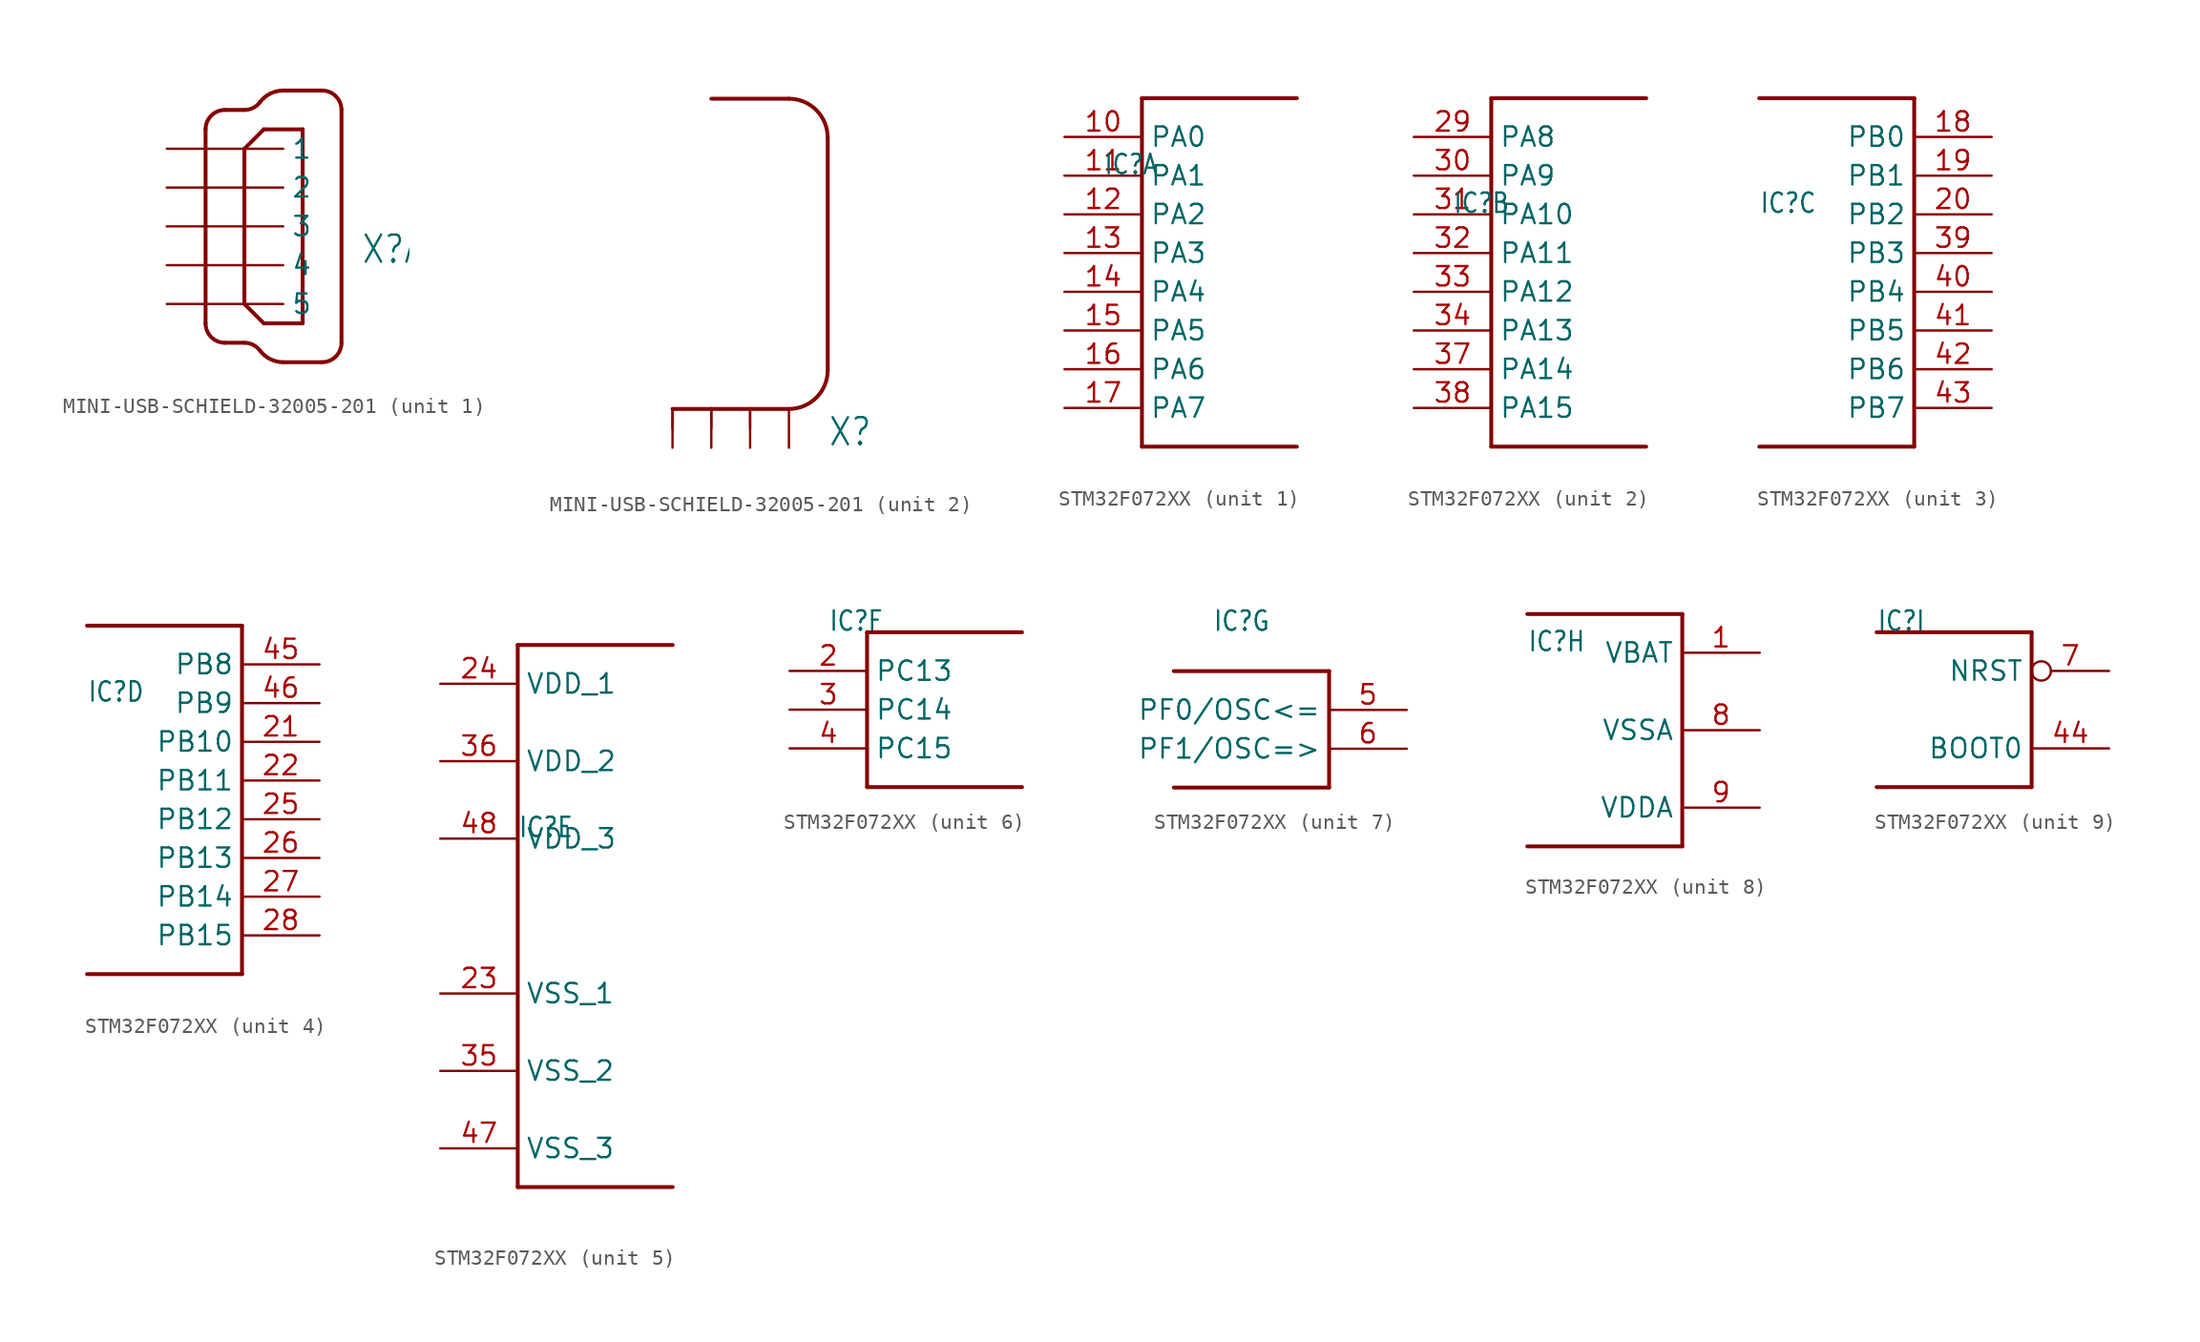
<source format=kicad_sym>
(kicad_symbol_lib
  (version 20231120)
  (generator "kicad_symbol_editor")
  (generator_version "8.0")
  (symbol "MINI-USB-SCHIELD-32005-201"
    (property "Reference" "X"
      (at 7.62 -2.54 0)
      (effects (font (size 1.778 1.511)) (justify left bottom)))
    (property "ki_locked" ""
      (at 0 0 0)
      (effects (font (size 1.27 1.27))))
    (symbol "MINI-USB-SCHIELD-32005-201_1_0"
      (arc (start -2.54 -6.35) (mid -2.168 -7.248) (end -1.27 -7.62) (stroke (width 0.254) (type solid)) (fill (type none)))
      (arc (start -1.27 7.62) (mid -2.168 7.248) (end -2.54 6.35) (stroke (width 0.254) (type solid)) (fill (type none)))
      (polyline (pts (xy -2.54 6.35) (xy -2.54 -6.35)) (stroke (width 0.254) (type solid)) (fill (type none)))
      (polyline (pts (xy -1.27 -7.62) (xy 0 -7.62)) (stroke (width 0.254) (type solid)) (fill (type none)))
      (polyline (pts (xy -1.27 7.62) (xy 0 7.62)) (stroke (width 0.254) (type solid)) (fill (type none)))
      (polyline (pts (xy 0 -5.08) (xy 1.27 -6.35)) (stroke (width 0.254) (type solid)) (fill (type none)))
      (polyline (pts (xy 0 5.08) (xy 0 -5.08)) (stroke (width 0.254) (type solid)) (fill (type none)))
      (polyline (pts (xy 1.27 -6.35) (xy 3.81 -6.35)) (stroke (width 0.254) (type solid)) (fill (type none)))
      (polyline (pts (xy 1.27 6.35) (xy 0 5.08)) (stroke (width 0.254) (type solid)) (fill (type none)))
      (polyline (pts (xy 2.54 -8.89) (xy 5.08 -8.89)) (stroke (width 0.254) (type solid)) (fill (type none)))
      (polyline (pts (xy 2.54 8.89) (xy 5.08 8.89)) (stroke (width 0.254) (type solid)) (fill (type none)))
      (polyline (pts (xy 3.81 -6.35) (xy 3.81 6.35)) (stroke (width 0.254) (type solid)) (fill (type none)))
      (polyline (pts (xy 3.81 6.35) (xy 1.27 6.35)) (stroke (width 0.254) (type solid)) (fill (type none)))
      (polyline (pts (xy 6.35 -7.62) (xy 6.35 7.62)) (stroke (width 0.254) (type solid)) (fill (type none)))
      (arc (start 0 7.62) (mid 0.568 7.7541) (end 1.016 8.128) (stroke (width 0.254) (type solid)) (fill (type none)))
      (arc (start 1.016 -8.128) (mid 0.568 -7.7541) (end 0 -7.62) (stroke (width 0.254) (type solid)) (fill (type none)))
      (arc (start 1.016 -8.128) (mid 1.6881 -8.6889) (end 2.5401 -8.89) (stroke (width 0.254) (type solid)) (fill (type none)))
      (arc (start 2.5401 8.89) (mid 1.6881 8.6889) (end 1.016 8.128) (stroke (width 0.254) (type solid)) (fill (type none)))
      (arc (start 5.08 -8.89) (mid 5.978 -8.518) (end 6.35 -7.62) (stroke (width 0.254) (type solid)) (fill (type none)))
      (arc (start 6.35 7.62) (mid 5.978 8.518) (end 5.08 8.89) (stroke (width 0.254) (type solid)) (fill (type none)))
      (pin passive line (at -5.08 5.08 0) (length 7.62) (name "1" (effects (font (size 1.27 1.27)))) (number "1" (effects (font (size 0 0)))))
      (pin passive line (at -5.08 2.54 0) (length 7.62) (name "2" (effects (font (size 1.27 1.27)))) (number "2" (effects (font (size 0 0)))))
      (pin passive line (at -5.08 0 0) (length 7.62) (name "3" (effects (font (size 1.27 1.27)))) (number "3" (effects (font (size 0 0)))))
      (pin passive line (at -5.08 -2.54 0) (length 7.62) (name "4" (effects (font (size 1.27 1.27)))) (number "4" (effects (font (size 0 0)))))
      (pin passive line (at -5.08 -5.08 0) (length 7.62) (name "5" (effects (font (size 1.27 1.27)))) (number "5" (effects (font (size 0 0))))))
    (symbol "MINI-USB-SCHIELD-32005-201_2_0"
      (polyline (pts (xy -2.54 -1.27) (xy -2.54 0)) (stroke (width 0.152) (type solid)) (fill (type none)))
      (polyline (pts (xy -2.54 0) (xy 0 0)) (stroke (width 0.254) (type solid)) (fill (type none)))
      (polyline (pts (xy 0 -1.27) (xy 0 0)) (stroke (width 0.152) (type solid)) (fill (type none)))
      (polyline (pts (xy 0 0) (xy 2.54 0)) (stroke (width 0.254) (type solid)) (fill (type none)))
      (polyline (pts (xy 2.54 -1.27) (xy 2.54 0)) (stroke (width 0.152) (type solid)) (fill (type none)))
      (polyline (pts (xy 2.54 0) (xy 5.08 0)) (stroke (width 0.254) (type solid)) (fill (type none)))
      (polyline (pts (xy 5.08 20.32) (xy 0 20.32)) (stroke (width 0.254) (type solid)) (fill (type none)))
      (polyline (pts (xy 7.62 2.54) (xy 7.62 17.78)) (stroke (width 0.254) (type solid)) (fill (type none)))
      (arc (start 5.08 0) (mid 6.8761 0.7439) (end 7.62 2.54) (stroke (width 0.254) (type solid)) (fill (type none)))
      (arc (start 7.62 17.78) (mid 6.8761 19.5761) (end 5.08 20.32) (stroke (width 0.254) (type solid)) (fill (type none)))
      (pin passive line (at -2.54 -2.54 90) (length 2.54) (name "S1" (effects (font (size 0 0)))) (number "M1" (effects (font (size 0 0)))))
      (pin passive line (at 0 -2.54 90) (length 2.54) (name "S2" (effects (font (size 0 0)))) (number "M2" (effects (font (size 0 0)))))
      (pin passive line (at 2.54 -2.54 90) (length 2.54) (name "S3" (effects (font (size 0 0)))) (number "M3" (effects (font (size 0 0)))))
      (pin passive line (at 5.08 -2.54 90) (length 2.54) (name "S4" (effects (font (size 0 0)))) (number "M4" (effects (font (size 0 0)))))))
  (symbol "STM32F072XX"
    (property "Reference" "IC"
      (at -5.08 5.08 0)
      (effects (font (size 1.27 1.079)) (justify left bottom)))
    (property "ki_locked" ""
      (at 0 0 0)
      (effects (font (size 1.27 1.27))))
    (symbol "STM32F072XX_1_0"
      (polyline (pts (xy -2.54 -12.7) (xy 7.62 -12.7)) (stroke (width 0.254) (type solid)) (fill (type none)))
      (polyline (pts (xy -2.54 10.16) (xy -2.54 -12.7)) (stroke (width 0.254) (type solid)) (fill (type none)))
      (polyline (pts (xy 7.62 10.16) (xy -2.54 10.16)) (stroke (width 0.254) (type solid)) (fill (type none)))
      (pin bidirectional line (at -7.62 7.62 0) (length 5.08) (name "PA0" (effects (font (size 1.27 1.27)))) (number "10" (effects (font (size 1.27 1.27)))))
      (pin bidirectional line (at -7.62 5.08 0) (length 5.08) (name "PA1" (effects (font (size 1.27 1.27)))) (number "11" (effects (font (size 1.27 1.27)))))
      (pin bidirectional line (at -7.62 2.54 0) (length 5.08) (name "PA2" (effects (font (size 1.27 1.27)))) (number "12" (effects (font (size 1.27 1.27)))))
      (pin bidirectional line (at -7.62 0 0) (length 5.08) (name "PA3" (effects (font (size 1.27 1.27)))) (number "13" (effects (font (size 1.27 1.27)))))
      (pin bidirectional line (at -7.62 -2.54 0) (length 5.08) (name "PA4" (effects (font (size 1.27 1.27)))) (number "14" (effects (font (size 1.27 1.27)))))
      (pin bidirectional line (at -7.62 -5.08 0) (length 5.08) (name "PA5" (effects (font (size 1.27 1.27)))) (number "15" (effects (font (size 1.27 1.27)))))
      (pin bidirectional line (at -7.62 -7.62 0) (length 5.08) (name "PA6" (effects (font (size 1.27 1.27)))) (number "16" (effects (font (size 1.27 1.27)))))
      (pin bidirectional line (at -7.62 -10.16 0) (length 5.08) (name "PA7" (effects (font (size 1.27 1.27)))) (number "17" (effects (font (size 1.27 1.27))))))
    (symbol "STM32F072XX_2_0"
      (polyline (pts (xy -2.54 -10.16) (xy 7.62 -10.16)) (stroke (width 0.254) (type solid)) (fill (type none)))
      (polyline (pts (xy -2.54 12.7) (xy -2.54 -10.16)) (stroke (width 0.254) (type solid)) (fill (type none)))
      (polyline (pts (xy 7.62 12.7) (xy -2.54 12.7)) (stroke (width 0.254) (type solid)) (fill (type none)))
      (pin bidirectional line (at -7.62 10.16 0) (length 5.08) (name "PA8" (effects (font (size 1.27 1.27)))) (number "29" (effects (font (size 1.27 1.27)))))
      (pin bidirectional line (at -7.62 7.62 0) (length 5.08) (name "PA9" (effects (font (size 1.27 1.27)))) (number "30" (effects (font (size 1.27 1.27)))))
      (pin bidirectional line (at -7.62 5.08 0) (length 5.08) (name "PA10" (effects (font (size 1.27 1.27)))) (number "31" (effects (font (size 1.27 1.27)))))
      (pin bidirectional line (at -7.62 2.54 0) (length 5.08) (name "PA11" (effects (font (size 1.27 1.27)))) (number "32" (effects (font (size 1.27 1.27)))))
      (pin bidirectional line (at -7.62 0 0) (length 5.08) (name "PA12" (effects (font (size 1.27 1.27)))) (number "33" (effects (font (size 1.27 1.27)))))
      (pin bidirectional line (at -7.62 -2.54 0) (length 5.08) (name "PA13" (effects (font (size 1.27 1.27)))) (number "34" (effects (font (size 1.27 1.27)))))
      (pin bidirectional line (at -7.62 -5.08 0) (length 5.08) (name "PA14" (effects (font (size 1.27 1.27)))) (number "37" (effects (font (size 1.27 1.27)))))
      (pin bidirectional line (at -7.62 -7.62 0) (length 5.08) (name "PA15" (effects (font (size 1.27 1.27)))) (number "38" (effects (font (size 1.27 1.27))))))
    (symbol "STM32F072XX_3_0"
      (polyline (pts (xy -5.08 12.7) (xy 5.08 12.7)) (stroke (width 0.254) (type solid)) (fill (type none)))
      (polyline (pts (xy 5.08 -10.16) (xy -5.08 -10.16)) (stroke (width 0.254) (type solid)) (fill (type none)))
      (polyline (pts (xy 5.08 12.7) (xy 5.08 -10.16)) (stroke (width 0.254) (type solid)) (fill (type none)))
      (pin bidirectional line (at 10.16 10.16 180) (length 5.08) (name "PB0" (effects (font (size 1.27 1.27)))) (number "18" (effects (font (size 1.27 1.27)))))
      (pin bidirectional line (at 10.16 7.62 180) (length 5.08) (name "PB1" (effects (font (size 1.27 1.27)))) (number "19" (effects (font (size 1.27 1.27)))))
      (pin bidirectional line (at 10.16 5.08 180) (length 5.08) (name "PB2" (effects (font (size 1.27 1.27)))) (number "20" (effects (font (size 1.27 1.27)))))
      (pin bidirectional line (at 10.16 2.54 180) (length 5.08) (name "PB3" (effects (font (size 1.27 1.27)))) (number "39" (effects (font (size 1.27 1.27)))))
      (pin bidirectional line (at 10.16 0 180) (length 5.08) (name "PB4" (effects (font (size 1.27 1.27)))) (number "40" (effects (font (size 1.27 1.27)))))
      (pin bidirectional line (at 10.16 -2.54 180) (length 5.08) (name "PB5" (effects (font (size 1.27 1.27)))) (number "41" (effects (font (size 1.27 1.27)))))
      (pin bidirectional line (at 10.16 -5.08 180) (length 5.08) (name "PB6" (effects (font (size 1.27 1.27)))) (number "42" (effects (font (size 1.27 1.27)))))
      (pin bidirectional line (at 10.16 -7.62 180) (length 5.08) (name "PB7" (effects (font (size 1.27 1.27)))) (number "43" (effects (font (size 1.27 1.27))))))
    (symbol "STM32F072XX_4_0"
      (polyline (pts (xy -5.08 10.16) (xy 5.08 10.16)) (stroke (width 0.254) (type solid)) (fill (type none)))
      (polyline (pts (xy 5.08 -12.7) (xy -5.08 -12.7)) (stroke (width 0.254) (type solid)) (fill (type none)))
      (polyline (pts (xy 5.08 10.16) (xy 5.08 -12.7)) (stroke (width 0.254) (type solid)) (fill (type none)))
      (pin bidirectional line (at 10.16 2.54 180) (length 5.08) (name "PB10" (effects (font (size 1.27 1.27)))) (number "21" (effects (font (size 1.27 1.27)))))
      (pin bidirectional line (at 10.16 0 180) (length 5.08) (name "PB11" (effects (font (size 1.27 1.27)))) (number "22" (effects (font (size 1.27 1.27)))))
      (pin bidirectional line (at 10.16 -2.54 180) (length 5.08) (name "PB12" (effects (font (size 1.27 1.27)))) (number "25" (effects (font (size 1.27 1.27)))))
      (pin bidirectional line (at 10.16 -5.08 180) (length 5.08) (name "PB13" (effects (font (size 1.27 1.27)))) (number "26" (effects (font (size 1.27 1.27)))))
      (pin bidirectional line (at 10.16 -7.62 180) (length 5.08) (name "PB14" (effects (font (size 1.27 1.27)))) (number "27" (effects (font (size 1.27 1.27)))))
      (pin bidirectional line (at 10.16 -10.16 180) (length 5.08) (name "PB15" (effects (font (size 1.27 1.27)))) (number "28" (effects (font (size 1.27 1.27)))))
      (pin bidirectional line (at 10.16 7.62 180) (length 5.08) (name "PB8" (effects (font (size 1.27 1.27)))) (number "45" (effects (font (size 1.27 1.27)))))
      (pin bidirectional line (at 10.16 5.08 180) (length 5.08) (name "PB9" (effects (font (size 1.27 1.27)))) (number "46" (effects (font (size 1.27 1.27))))))
    (symbol "STM32F072XX_5_0"
      (polyline (pts (xy -5.08 -17.78) (xy 5.08 -17.78)) (stroke (width 0.254) (type solid)) (fill (type none)))
      (polyline (pts (xy -5.08 17.78) (xy -5.08 -17.78)) (stroke (width 0.254) (type solid)) (fill (type none)))
      (polyline (pts (xy 5.08 17.78) (xy -5.08 17.78)) (stroke (width 0.254) (type solid)) (fill (type none)))
      (pin power_in line (at -10.16 -5.08 0) (length 5.08) (name "VSS_1" (effects (font (size 1.27 1.27)))) (number "23" (effects (font (size 1.27 1.27)))))
      (pin power_in line (at -10.16 15.24 0) (length 5.08) (name "VDD_1" (effects (font (size 1.27 1.27)))) (number "24" (effects (font (size 1.27 1.27)))))
      (pin power_in line (at -10.16 -10.16 0) (length 5.08) (name "VSS_2" (effects (font (size 1.27 1.27)))) (number "35" (effects (font (size 1.27 1.27)))))
      (pin power_in line (at -10.16 10.16 0) (length 5.08) (name "VDD_2" (effects (font (size 1.27 1.27)))) (number "36" (effects (font (size 1.27 1.27)))))
      (pin power_in line (at -10.16 -15.24 0) (length 5.08) (name "VSS_3" (effects (font (size 1.27 1.27)))) (number "47" (effects (font (size 1.27 1.27)))))
      (pin power_in line (at -10.16 5.08 0) (length 5.08) (name "VDD_3" (effects (font (size 1.27 1.27)))) (number "48" (effects (font (size 1.27 1.27))))))
    (symbol "STM32F072XX_6_0"
      (polyline (pts (xy -2.54 -5.08) (xy 7.62 -5.08)) (stroke (width 0.254) (type solid)) (fill (type none)))
      (polyline (pts (xy -2.54 5.08) (xy -2.54 -5.08)) (stroke (width 0.254) (type solid)) (fill (type none)))
      (polyline (pts (xy 7.62 5.08) (xy -2.54 5.08)) (stroke (width 0.254) (type solid)) (fill (type none)))
      (pin bidirectional line (at -7.62 2.54 0) (length 5.08) (name "PC13" (effects (font (size 1.27 1.27)))) (number "2" (effects (font (size 1.27 1.27)))))
      (pin bidirectional line (at -7.62 0 0) (length 5.08) (name "PC14" (effects (font (size 1.27 1.27)))) (number "3" (effects (font (size 1.27 1.27)))))
      (pin bidirectional line (at -7.62 -2.54 0) (length 5.08) (name "PC15" (effects (font (size 1.27 1.27)))) (number "4" (effects (font (size 1.27 1.27))))))
    (symbol "STM32F072XX_7_0"
      (polyline (pts (xy -7.62 2.54) (xy 2.54 2.54)) (stroke (width 0.254) (type solid)) (fill (type none)))
      (polyline (pts (xy 2.54 -5.08) (xy -7.62 -5.08)) (stroke (width 0.254) (type solid)) (fill (type none)))
      (polyline (pts (xy 2.54 2.54) (xy 2.54 -5.08)) (stroke (width 0.254) (type solid)) (fill (type none)))
      (pin bidirectional line (at 7.62 0 180) (length 5.08) (name "PF0/OSC<=" (effects (font (size 1.27 1.27)))) (number "5" (effects (font (size 1.27 1.27)))))
      (pin bidirectional line (at 7.62 -2.54 180) (length 5.08) (name "PF1/OSC=>" (effects (font (size 1.27 1.27)))) (number "6" (effects (font (size 1.27 1.27))))))
    (symbol "STM32F072XX_8_0"
      (polyline (pts (xy -5.08 7.62) (xy 5.08 7.62)) (stroke (width 0.254) (type solid)) (fill (type none)))
      (polyline (pts (xy 5.08 -7.62) (xy -5.08 -7.62)) (stroke (width 0.254) (type solid)) (fill (type none)))
      (polyline (pts (xy 5.08 7.62) (xy 5.08 -7.62)) (stroke (width 0.254) (type solid)) (fill (type none)))
      (pin power_in line (at 10.16 5.08 180) (length 5.08) (name "VBAT" (effects (font (size 1.27 1.27)))) (number "1" (effects (font (size 1.27 1.27)))))
      (pin power_in line (at 10.16 0 180) (length 5.08) (name "VSSA" (effects (font (size 1.27 1.27)))) (number "8" (effects (font (size 1.27 1.27)))))
      (pin power_in line (at 10.16 -5.08 180) (length 5.08) (name "VDDA" (effects (font (size 1.27 1.27)))) (number "9" (effects (font (size 1.27 1.27))))))
    (symbol "STM32F072XX_9_0"
      (polyline (pts (xy -5.08 5.08) (xy 5.08 5.08)) (stroke (width 0.254) (type solid)) (fill (type none)))
      (polyline (pts (xy 5.08 -5.08) (xy -5.08 -5.08)) (stroke (width 0.254) (type solid)) (fill (type none)))
      (polyline (pts (xy 5.08 5.08) (xy 5.08 -5.08)) (stroke (width 0.254) (type solid)) (fill (type none)))
      (pin input line (at 10.16 -2.54 180) (length 5.08) (name "BOOT0" (effects (font (size 1.27 1.27)))) (number "44" (effects (font (size 1.27 1.27)))))
      (pin input inverted (at 10.16 2.54 180) (length 5.08) (name "NRST" (effects (font (size 1.27 1.27)))) (number "7" (effects (font (size 1.27 1.27))))))))
</source>
